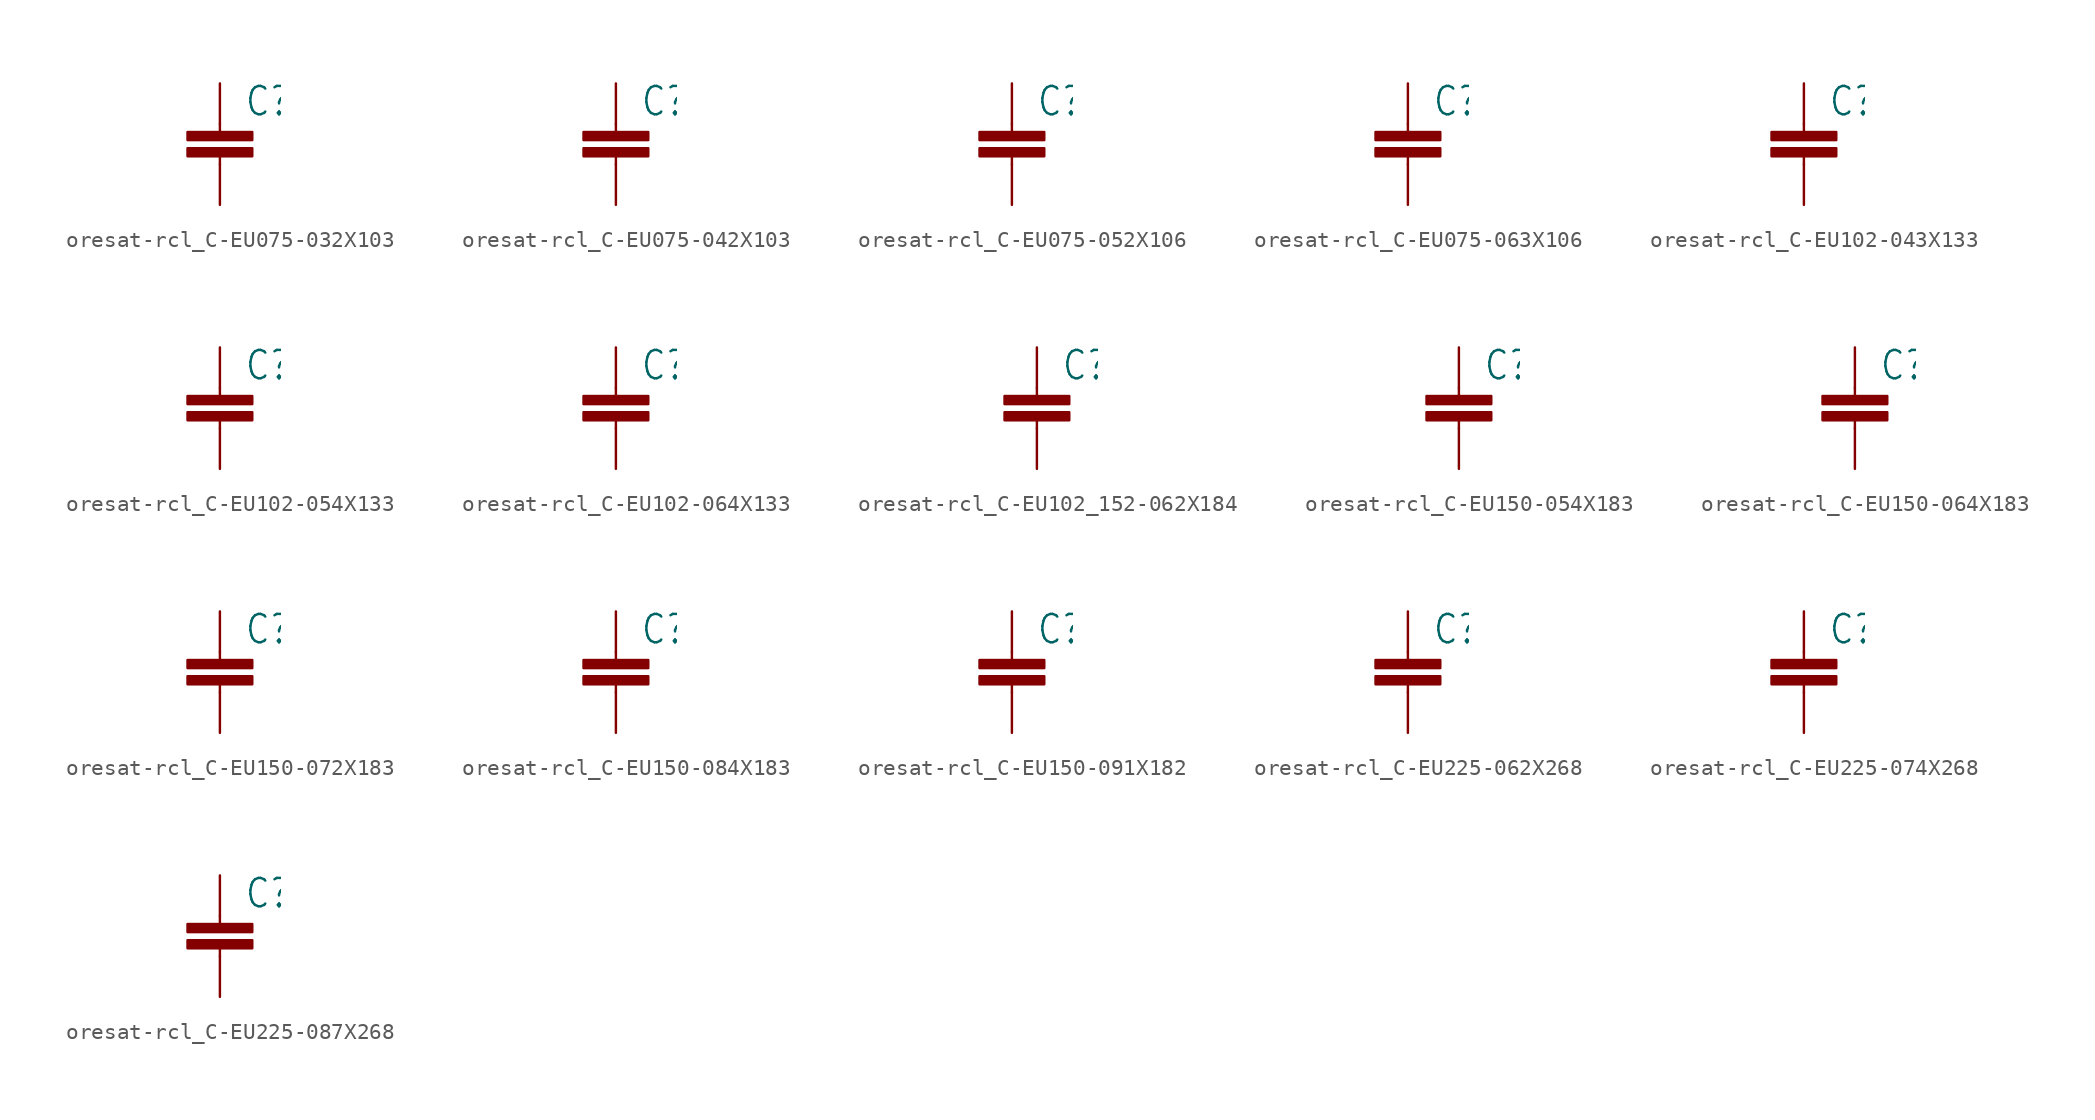
<source format=kicad_sym>
(kicad_symbol_lib
  (version 20220914)
  (generator kicad_symbol_editor)
  (symbol "oresat-rcl_C-EU075-032X103"
    (property "Reference" "C"
      (at 1.524 0.381 0)
      (effects (font (size 1.778 1.511)) (justify left bottom)))
    (property "Value" ""
      (at 1.524 -4.699 0)
      (effects (font (size 1.778 1.511)) (justify left bottom)))
    (property "ki_locked" ""
      (at 0 0 0)
      (effects (font (size 1.27 1.27))))
    (symbol "oresat-rcl_C-EU075-032X103_1_0"
      (rectangle (start -2.032 -2.032) (end 2.032 -1.524) (stroke (width 0) (type default)) (fill (type outline)))
      (rectangle (start -2.032 -1.016) (end 2.032 -0.508) (stroke (width 0) (type default)) (fill (type outline)))
      (polyline (pts (xy 0 -2.54) (xy 0 -2.032)) (stroke (width 0.152) (type solid)) (fill (type none)))
      (polyline (pts (xy 0 0) (xy 0 -0.508)) (stroke (width 0.152) (type solid)) (fill (type none)))
      (pin passive line (at 0 2.54 270) (length 2.54) (name "1" (effects (font (size 0 0)))) (number "1" (effects (font (size 0 0)))))
      (pin passive line (at 0 -5.08 90) (length 2.54) (name "2" (effects (font (size 0 0)))) (number "2" (effects (font (size 0 0)))))))
  (symbol "oresat-rcl_C-EU075-042X103"
    (property "Reference" "C"
      (at 1.524 0.381 0)
      (effects (font (size 1.778 1.511)) (justify left bottom)))
    (property "Value" ""
      (at 1.524 -4.699 0)
      (effects (font (size 1.778 1.511)) (justify left bottom)))
    (property "ki_locked" ""
      (at 0 0 0)
      (effects (font (size 1.27 1.27))))
    (symbol "oresat-rcl_C-EU075-042X103_1_0"
      (rectangle (start -2.032 -2.032) (end 2.032 -1.524) (stroke (width 0) (type default)) (fill (type outline)))
      (rectangle (start -2.032 -1.016) (end 2.032 -0.508) (stroke (width 0) (type default)) (fill (type outline)))
      (polyline (pts (xy 0 -2.54) (xy 0 -2.032)) (stroke (width 0.152) (type solid)) (fill (type none)))
      (polyline (pts (xy 0 0) (xy 0 -0.508)) (stroke (width 0.152) (type solid)) (fill (type none)))
      (pin passive line (at 0 2.54 270) (length 2.54) (name "1" (effects (font (size 0 0)))) (number "1" (effects (font (size 0 0)))))
      (pin passive line (at 0 -5.08 90) (length 2.54) (name "2" (effects (font (size 0 0)))) (number "2" (effects (font (size 0 0)))))))
  (symbol "oresat-rcl_C-EU075-052X106"
    (property "Reference" "C"
      (at 1.524 0.381 0)
      (effects (font (size 1.778 1.511)) (justify left bottom)))
    (property "Value" ""
      (at 1.524 -4.699 0)
      (effects (font (size 1.778 1.511)) (justify left bottom)))
    (property "ki_locked" ""
      (at 0 0 0)
      (effects (font (size 1.27 1.27))))
    (symbol "oresat-rcl_C-EU075-052X106_1_0"
      (rectangle (start -2.032 -2.032) (end 2.032 -1.524) (stroke (width 0) (type default)) (fill (type outline)))
      (rectangle (start -2.032 -1.016) (end 2.032 -0.508) (stroke (width 0) (type default)) (fill (type outline)))
      (polyline (pts (xy 0 -2.54) (xy 0 -2.032)) (stroke (width 0.152) (type solid)) (fill (type none)))
      (polyline (pts (xy 0 0) (xy 0 -0.508)) (stroke (width 0.152) (type solid)) (fill (type none)))
      (pin passive line (at 0 2.54 270) (length 2.54) (name "1" (effects (font (size 0 0)))) (number "1" (effects (font (size 0 0)))))
      (pin passive line (at 0 -5.08 90) (length 2.54) (name "2" (effects (font (size 0 0)))) (number "2" (effects (font (size 0 0)))))))
  (symbol "oresat-rcl_C-EU075-063X106"
    (property "Reference" "C"
      (at 1.524 0.381 0)
      (effects (font (size 1.778 1.511)) (justify left bottom)))
    (property "Value" ""
      (at 1.524 -4.699 0)
      (effects (font (size 1.778 1.511)) (justify left bottom)))
    (property "ki_locked" ""
      (at 0 0 0)
      (effects (font (size 1.27 1.27))))
    (symbol "oresat-rcl_C-EU075-063X106_1_0"
      (rectangle (start -2.032 -2.032) (end 2.032 -1.524) (stroke (width 0) (type default)) (fill (type outline)))
      (rectangle (start -2.032 -1.016) (end 2.032 -0.508) (stroke (width 0) (type default)) (fill (type outline)))
      (polyline (pts (xy 0 -2.54) (xy 0 -2.032)) (stroke (width 0.152) (type solid)) (fill (type none)))
      (polyline (pts (xy 0 0) (xy 0 -0.508)) (stroke (width 0.152) (type solid)) (fill (type none)))
      (pin passive line (at 0 2.54 270) (length 2.54) (name "1" (effects (font (size 0 0)))) (number "1" (effects (font (size 0 0)))))
      (pin passive line (at 0 -5.08 90) (length 2.54) (name "2" (effects (font (size 0 0)))) (number "2" (effects (font (size 0 0)))))))
  (symbol "oresat-rcl_C-EU102-043X133"
    (property "Reference" "C"
      (at 1.524 0.381 0)
      (effects (font (size 1.778 1.511)) (justify left bottom)))
    (property "Value" ""
      (at 1.524 -4.699 0)
      (effects (font (size 1.778 1.511)) (justify left bottom)))
    (property "ki_locked" ""
      (at 0 0 0)
      (effects (font (size 1.27 1.27))))
    (symbol "oresat-rcl_C-EU102-043X133_1_0"
      (rectangle (start -2.032 -2.032) (end 2.032 -1.524) (stroke (width 0) (type default)) (fill (type outline)))
      (rectangle (start -2.032 -1.016) (end 2.032 -0.508) (stroke (width 0) (type default)) (fill (type outline)))
      (polyline (pts (xy 0 -2.54) (xy 0 -2.032)) (stroke (width 0.152) (type solid)) (fill (type none)))
      (polyline (pts (xy 0 0) (xy 0 -0.508)) (stroke (width 0.152) (type solid)) (fill (type none)))
      (pin passive line (at 0 2.54 270) (length 2.54) (name "1" (effects (font (size 0 0)))) (number "1" (effects (font (size 0 0)))))
      (pin passive line (at 0 -5.08 90) (length 2.54) (name "2" (effects (font (size 0 0)))) (number "2" (effects (font (size 0 0)))))))
  (symbol "oresat-rcl_C-EU102-054X133"
    (property "Reference" "C"
      (at 1.524 0.381 0)
      (effects (font (size 1.778 1.511)) (justify left bottom)))
    (property "Value" ""
      (at 1.524 -4.699 0)
      (effects (font (size 1.778 1.511)) (justify left bottom)))
    (property "ki_locked" ""
      (at 0 0 0)
      (effects (font (size 1.27 1.27))))
    (symbol "oresat-rcl_C-EU102-054X133_1_0"
      (rectangle (start -2.032 -2.032) (end 2.032 -1.524) (stroke (width 0) (type default)) (fill (type outline)))
      (rectangle (start -2.032 -1.016) (end 2.032 -0.508) (stroke (width 0) (type default)) (fill (type outline)))
      (polyline (pts (xy 0 -2.54) (xy 0 -2.032)) (stroke (width 0.152) (type solid)) (fill (type none)))
      (polyline (pts (xy 0 0) (xy 0 -0.508)) (stroke (width 0.152) (type solid)) (fill (type none)))
      (pin passive line (at 0 2.54 270) (length 2.54) (name "1" (effects (font (size 0 0)))) (number "1" (effects (font (size 0 0)))))
      (pin passive line (at 0 -5.08 90) (length 2.54) (name "2" (effects (font (size 0 0)))) (number "2" (effects (font (size 0 0)))))))
  (symbol "oresat-rcl_C-EU102-064X133"
    (property "Reference" "C"
      (at 1.524 0.381 0)
      (effects (font (size 1.778 1.511)) (justify left bottom)))
    (property "Value" ""
      (at 1.524 -4.699 0)
      (effects (font (size 1.778 1.511)) (justify left bottom)))
    (property "ki_locked" ""
      (at 0 0 0)
      (effects (font (size 1.27 1.27))))
    (symbol "oresat-rcl_C-EU102-064X133_1_0"
      (rectangle (start -2.032 -2.032) (end 2.032 -1.524) (stroke (width 0) (type default)) (fill (type outline)))
      (rectangle (start -2.032 -1.016) (end 2.032 -0.508) (stroke (width 0) (type default)) (fill (type outline)))
      (polyline (pts (xy 0 -2.54) (xy 0 -2.032)) (stroke (width 0.152) (type solid)) (fill (type none)))
      (polyline (pts (xy 0 0) (xy 0 -0.508)) (stroke (width 0.152) (type solid)) (fill (type none)))
      (pin passive line (at 0 2.54 270) (length 2.54) (name "1" (effects (font (size 0 0)))) (number "1" (effects (font (size 0 0)))))
      (pin passive line (at 0 -5.08 90) (length 2.54) (name "2" (effects (font (size 0 0)))) (number "2" (effects (font (size 0 0)))))))
  (symbol "oresat-rcl_C-EU102_152-062X184"
    (property "Reference" "C"
      (at 1.524 0.381 0)
      (effects (font (size 1.778 1.511)) (justify left bottom)))
    (property "Value" ""
      (at 1.524 -4.699 0)
      (effects (font (size 1.778 1.511)) (justify left bottom)))
    (property "ki_locked" ""
      (at 0 0 0)
      (effects (font (size 1.27 1.27))))
    (symbol "oresat-rcl_C-EU102_152-062X184_1_0"
      (rectangle (start -2.032 -2.032) (end 2.032 -1.524) (stroke (width 0) (type default)) (fill (type outline)))
      (rectangle (start -2.032 -1.016) (end 2.032 -0.508) (stroke (width 0) (type default)) (fill (type outline)))
      (polyline (pts (xy 0 -2.54) (xy 0 -2.032)) (stroke (width 0.152) (type solid)) (fill (type none)))
      (polyline (pts (xy 0 0) (xy 0 -0.508)) (stroke (width 0.152) (type solid)) (fill (type none)))
      (pin passive line (at 0 2.54 270) (length 2.54) (name "1" (effects (font (size 0 0)))) (number "1" (effects (font (size 0 0)))))
      (pin passive line (at 0 -5.08 90) (length 2.54) (name "2" (effects (font (size 0 0)))) (number "2" (effects (font (size 0 0)))))))
  (symbol "oresat-rcl_C-EU150-054X183"
    (property "Reference" "C"
      (at 1.524 0.381 0)
      (effects (font (size 1.778 1.511)) (justify left bottom)))
    (property "Value" ""
      (at 1.524 -4.699 0)
      (effects (font (size 1.778 1.511)) (justify left bottom)))
    (property "ki_locked" ""
      (at 0 0 0)
      (effects (font (size 1.27 1.27))))
    (symbol "oresat-rcl_C-EU150-054X183_1_0"
      (rectangle (start -2.032 -2.032) (end 2.032 -1.524) (stroke (width 0) (type default)) (fill (type outline)))
      (rectangle (start -2.032 -1.016) (end 2.032 -0.508) (stroke (width 0) (type default)) (fill (type outline)))
      (polyline (pts (xy 0 -2.54) (xy 0 -2.032)) (stroke (width 0.152) (type solid)) (fill (type none)))
      (polyline (pts (xy 0 0) (xy 0 -0.508)) (stroke (width 0.152) (type solid)) (fill (type none)))
      (pin passive line (at 0 2.54 270) (length 2.54) (name "1" (effects (font (size 0 0)))) (number "1" (effects (font (size 0 0)))))
      (pin passive line (at 0 -5.08 90) (length 2.54) (name "2" (effects (font (size 0 0)))) (number "2" (effects (font (size 0 0)))))))
  (symbol "oresat-rcl_C-EU150-064X183"
    (property "Reference" "C"
      (at 1.524 0.381 0)
      (effects (font (size 1.778 1.511)) (justify left bottom)))
    (property "Value" ""
      (at 1.524 -4.699 0)
      (effects (font (size 1.778 1.511)) (justify left bottom)))
    (property "ki_locked" ""
      (at 0 0 0)
      (effects (font (size 1.27 1.27))))
    (symbol "oresat-rcl_C-EU150-064X183_1_0"
      (rectangle (start -2.032 -2.032) (end 2.032 -1.524) (stroke (width 0) (type default)) (fill (type outline)))
      (rectangle (start -2.032 -1.016) (end 2.032 -0.508) (stroke (width 0) (type default)) (fill (type outline)))
      (polyline (pts (xy 0 -2.54) (xy 0 -2.032)) (stroke (width 0.152) (type solid)) (fill (type none)))
      (polyline (pts (xy 0 0) (xy 0 -0.508)) (stroke (width 0.152) (type solid)) (fill (type none)))
      (pin passive line (at 0 2.54 270) (length 2.54) (name "1" (effects (font (size 0 0)))) (number "1" (effects (font (size 0 0)))))
      (pin passive line (at 0 -5.08 90) (length 2.54) (name "2" (effects (font (size 0 0)))) (number "2" (effects (font (size 0 0)))))))
  (symbol "oresat-rcl_C-EU150-072X183"
    (property "Reference" "C"
      (at 1.524 0.381 0)
      (effects (font (size 1.778 1.511)) (justify left bottom)))
    (property "Value" ""
      (at 1.524 -4.699 0)
      (effects (font (size 1.778 1.511)) (justify left bottom)))
    (property "ki_locked" ""
      (at 0 0 0)
      (effects (font (size 1.27 1.27))))
    (symbol "oresat-rcl_C-EU150-072X183_1_0"
      (rectangle (start -2.032 -2.032) (end 2.032 -1.524) (stroke (width 0) (type default)) (fill (type outline)))
      (rectangle (start -2.032 -1.016) (end 2.032 -0.508) (stroke (width 0) (type default)) (fill (type outline)))
      (polyline (pts (xy 0 -2.54) (xy 0 -2.032)) (stroke (width 0.152) (type solid)) (fill (type none)))
      (polyline (pts (xy 0 0) (xy 0 -0.508)) (stroke (width 0.152) (type solid)) (fill (type none)))
      (pin passive line (at 0 2.54 270) (length 2.54) (name "1" (effects (font (size 0 0)))) (number "1" (effects (font (size 0 0)))))
      (pin passive line (at 0 -5.08 90) (length 2.54) (name "2" (effects (font (size 0 0)))) (number "2" (effects (font (size 0 0)))))))
  (symbol "oresat-rcl_C-EU150-084X183"
    (property "Reference" "C"
      (at 1.524 0.381 0)
      (effects (font (size 1.778 1.511)) (justify left bottom)))
    (property "Value" ""
      (at 1.524 -4.699 0)
      (effects (font (size 1.778 1.511)) (justify left bottom)))
    (property "ki_locked" ""
      (at 0 0 0)
      (effects (font (size 1.27 1.27))))
    (symbol "oresat-rcl_C-EU150-084X183_1_0"
      (rectangle (start -2.032 -2.032) (end 2.032 -1.524) (stroke (width 0) (type default)) (fill (type outline)))
      (rectangle (start -2.032 -1.016) (end 2.032 -0.508) (stroke (width 0) (type default)) (fill (type outline)))
      (polyline (pts (xy 0 -2.54) (xy 0 -2.032)) (stroke (width 0.152) (type solid)) (fill (type none)))
      (polyline (pts (xy 0 0) (xy 0 -0.508)) (stroke (width 0.152) (type solid)) (fill (type none)))
      (pin passive line (at 0 2.54 270) (length 2.54) (name "1" (effects (font (size 0 0)))) (number "1" (effects (font (size 0 0)))))
      (pin passive line (at 0 -5.08 90) (length 2.54) (name "2" (effects (font (size 0 0)))) (number "2" (effects (font (size 0 0)))))))
  (symbol "oresat-rcl_C-EU150-091X182"
    (property "Reference" "C"
      (at 1.524 0.381 0)
      (effects (font (size 1.778 1.511)) (justify left bottom)))
    (property "Value" ""
      (at 1.524 -4.699 0)
      (effects (font (size 1.778 1.511)) (justify left bottom)))
    (property "ki_locked" ""
      (at 0 0 0)
      (effects (font (size 1.27 1.27))))
    (symbol "oresat-rcl_C-EU150-091X182_1_0"
      (rectangle (start -2.032 -2.032) (end 2.032 -1.524) (stroke (width 0) (type default)) (fill (type outline)))
      (rectangle (start -2.032 -1.016) (end 2.032 -0.508) (stroke (width 0) (type default)) (fill (type outline)))
      (polyline (pts (xy 0 -2.54) (xy 0 -2.032)) (stroke (width 0.152) (type solid)) (fill (type none)))
      (polyline (pts (xy 0 0) (xy 0 -0.508)) (stroke (width 0.152) (type solid)) (fill (type none)))
      (pin passive line (at 0 2.54 270) (length 2.54) (name "1" (effects (font (size 0 0)))) (number "1" (effects (font (size 0 0)))))
      (pin passive line (at 0 -5.08 90) (length 2.54) (name "2" (effects (font (size 0 0)))) (number "2" (effects (font (size 0 0)))))))
  (symbol "oresat-rcl_C-EU225-062X268"
    (property "Reference" "C"
      (at 1.524 0.381 0)
      (effects (font (size 1.778 1.511)) (justify left bottom)))
    (property "Value" ""
      (at 1.524 -4.699 0)
      (effects (font (size 1.778 1.511)) (justify left bottom)))
    (property "ki_locked" ""
      (at 0 0 0)
      (effects (font (size 1.27 1.27))))
    (symbol "oresat-rcl_C-EU225-062X268_1_0"
      (rectangle (start -2.032 -2.032) (end 2.032 -1.524) (stroke (width 0) (type default)) (fill (type outline)))
      (rectangle (start -2.032 -1.016) (end 2.032 -0.508) (stroke (width 0) (type default)) (fill (type outline)))
      (polyline (pts (xy 0 -2.54) (xy 0 -2.032)) (stroke (width 0.152) (type solid)) (fill (type none)))
      (polyline (pts (xy 0 0) (xy 0 -0.508)) (stroke (width 0.152) (type solid)) (fill (type none)))
      (pin passive line (at 0 2.54 270) (length 2.54) (name "1" (effects (font (size 0 0)))) (number "1" (effects (font (size 0 0)))))
      (pin passive line (at 0 -5.08 90) (length 2.54) (name "2" (effects (font (size 0 0)))) (number "2" (effects (font (size 0 0)))))))
  (symbol "oresat-rcl_C-EU225-074X268"
    (property "Reference" "C"
      (at 1.524 0.381 0)
      (effects (font (size 1.778 1.511)) (justify left bottom)))
    (property "Value" ""
      (at 1.524 -4.699 0)
      (effects (font (size 1.778 1.511)) (justify left bottom)))
    (property "ki_locked" ""
      (at 0 0 0)
      (effects (font (size 1.27 1.27))))
    (symbol "oresat-rcl_C-EU225-074X268_1_0"
      (rectangle (start -2.032 -2.032) (end 2.032 -1.524) (stroke (width 0) (type default)) (fill (type outline)))
      (rectangle (start -2.032 -1.016) (end 2.032 -0.508) (stroke (width 0) (type default)) (fill (type outline)))
      (polyline (pts (xy 0 -2.54) (xy 0 -2.032)) (stroke (width 0.152) (type solid)) (fill (type none)))
      (polyline (pts (xy 0 0) (xy 0 -0.508)) (stroke (width 0.152) (type solid)) (fill (type none)))
      (pin passive line (at 0 2.54 270) (length 2.54) (name "1" (effects (font (size 0 0)))) (number "1" (effects (font (size 0 0)))))
      (pin passive line (at 0 -5.08 90) (length 2.54) (name "2" (effects (font (size 0 0)))) (number "2" (effects (font (size 0 0)))))))
  (symbol "oresat-rcl_C-EU225-087X268"
    (property "Reference" "C"
      (at 1.524 0.381 0)
      (effects (font (size 1.778 1.511)) (justify left bottom)))
    (property "Value" ""
      (at 1.524 -4.699 0)
      (effects (font (size 1.778 1.511)) (justify left bottom)))
    (property "ki_locked" ""
      (at 0 0 0)
      (effects (font (size 1.27 1.27))))
    (symbol "oresat-rcl_C-EU225-087X268_1_0"
      (rectangle (start -2.032 -2.032) (end 2.032 -1.524) (stroke (width 0) (type default)) (fill (type outline)))
      (rectangle (start -2.032 -1.016) (end 2.032 -0.508) (stroke (width 0) (type default)) (fill (type outline)))
      (polyline (pts (xy 0 -2.54) (xy 0 -2.032)) (stroke (width 0.152) (type solid)) (fill (type none)))
      (polyline (pts (xy 0 0) (xy 0 -0.508)) (stroke (width 0.152) (type solid)) (fill (type none)))
      (pin passive line (at 0 2.54 270) (length 2.54) (name "1" (effects (font (size 0 0)))) (number "1" (effects (font (size 0 0)))))
      (pin passive line (at 0 -5.08 90) (length 2.54) (name "2" (effects (font (size 0 0)))) (number "2" (effects (font (size 0 0))))))))
</source>
